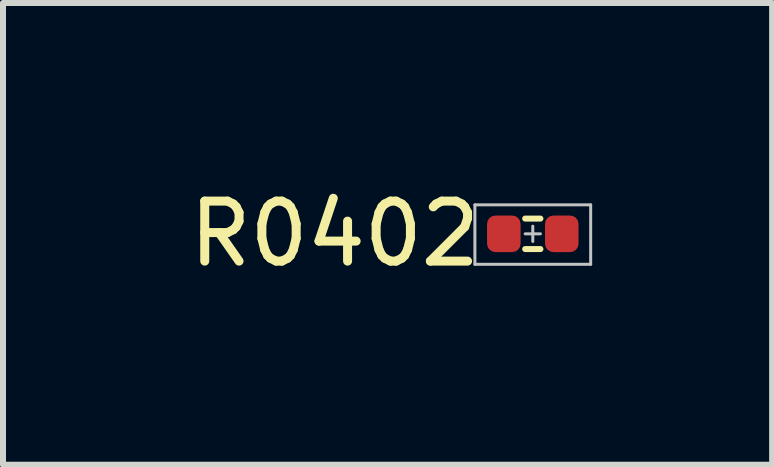
<source format=kicad_pcb>
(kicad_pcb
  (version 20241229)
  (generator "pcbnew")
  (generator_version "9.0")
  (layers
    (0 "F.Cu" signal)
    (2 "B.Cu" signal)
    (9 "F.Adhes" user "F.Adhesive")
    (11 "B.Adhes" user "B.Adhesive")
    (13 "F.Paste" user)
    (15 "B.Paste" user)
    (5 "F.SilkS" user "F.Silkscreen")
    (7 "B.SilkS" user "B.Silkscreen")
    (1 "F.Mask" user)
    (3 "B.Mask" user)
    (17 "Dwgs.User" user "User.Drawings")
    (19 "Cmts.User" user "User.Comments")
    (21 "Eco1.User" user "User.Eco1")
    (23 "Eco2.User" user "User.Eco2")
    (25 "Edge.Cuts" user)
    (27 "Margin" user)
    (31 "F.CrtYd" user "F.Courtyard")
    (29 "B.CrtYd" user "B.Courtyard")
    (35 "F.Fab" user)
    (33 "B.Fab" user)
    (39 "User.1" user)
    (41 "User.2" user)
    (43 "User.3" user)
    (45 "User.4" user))
  (footprint "R0402"
    (layer "F.Cu")
    (at 5.832 0.848)
    (property "Reference" "R0402" (at -3.302 0 0) (layer "F.SilkS") (effects (font (size 1 1) (thickness 0.15))))
    (attr through_hole)
    (fp_line (start -0.127 -0.254) (end 0.127 -0.254) (stroke (width 0.1) (type solid)) (layer "F.SilkS"))
    (fp_line (start -0.127 0.254) (end 0.127 0.254) (stroke (width 0.1) (type solid)) (layer "F.SilkS"))
    (fp_line (start -0.965 -0.483) (end -0.965 0.508) (stroke (width 0.05) (type solid)) (layer "Dwgs.User"))
    (fp_line (start -0.965 -0.483) (end 0.965 -0.483) (stroke (width 0.05) (type solid)) (layer "Dwgs.User"))
    (fp_line (start -0.965 0.508) (end 0.965 0.508) (stroke (width 0.05) (type solid)) (layer "Dwgs.User"))
    (fp_line (start -0.127 0) (end 0.127 0) (stroke (width 0.05) (type solid)) (layer "Dwgs.User"))
    (fp_line (start 0 -0.127) (end 0 0.127) (stroke (width 0.05) (type solid)) (layer "Dwgs.User"))
    (fp_line (start 0.965 -0.483) (end 0.965 0.508) (stroke (width 0.05) (type solid)) (layer "Dwgs.User"))
    (fp_line (start -0.5 -0.29) (end -0.5 0.29) (stroke (width 0.05) (type solid)) (layer "Eco1.User"))
    (fp_line (start -0.5 0.29) (end 0.5 0.29) (stroke (width 0.05) (type solid)) (layer "Eco1.User"))
    (fp_line (start 0.5 -0.29) (end -0.5 -0.29) (stroke (width 0.05) (type solid)) (layer "Eco1.User"))
    (fp_line (start 0.5 0.29) (end 0.5 -0.29) (stroke (width 0.05) (type solid)) (layer "Eco1.User"))
    (pad "1" smd roundrect (at -0.483 0) (size 0.559 0.61) (layers "F.Cu" "F.Mask" "F.Paste") (roundrect_rratio 0.25))
    (pad "2" smd roundrect (at 0.483 0) (size 0.559 0.61) (layers "F.Cu" "F.Mask" "F.Paste") (roundrect_rratio 0.25)))
  (gr_rect
    (start -3 -3)
    (end 9.822 4.697)
    (stroke (width 0.1) (type default))
    (fill no)
    (layer "Edge.Cuts")))
</source>
